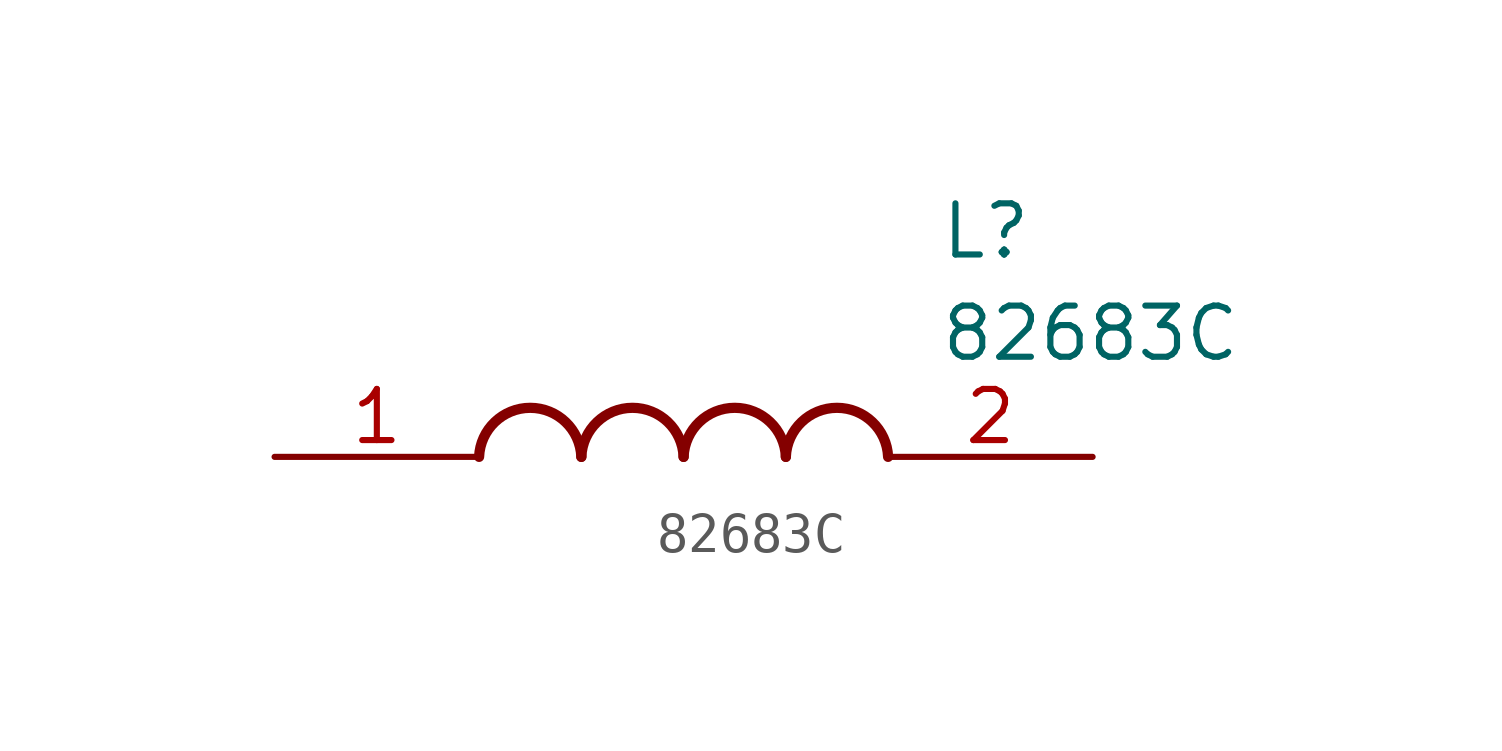
<source format=kicad_sym>
(kicad_symbol_lib
  (version 20211014)
  (generator SamacSys_ECAD_Model)
  (symbol "82683C"
    (pin_names hide)
    (property "Reference" "L"
      (at 16.51 6.35 0)
      (effects (font (size 1.27 1.27)) (justify left top)))
    (property "Value" "82683C"
      (at 16.51 3.81 0)
      (effects (font (size 1.27 1.27)) (justify left top)))
    (arc
      (start 7.62 0)
      (mid 6.35 1.219)
      (end 5.08 0)
      (stroke (width 0.254) (type default))
      (fill (type none)))
    (arc
      (start 10.16 0)
      (mid 8.89 1.219)
      (end 7.62 0)
      (stroke (width 0.254) (type default))
      (fill (type none)))
    (arc
      (start 12.7 0)
      (mid 11.43 1.219)
      (end 10.16 0)
      (stroke (width 0.254) (type default))
      (fill (type none)))
    (arc
      (start 15.24 0)
      (mid 13.97 1.219)
      (end 12.7 0)
      (stroke (width 0.254) (type default))
      (fill (type none)))
    (pin passive line
      (at 0 0 0)
      (length 5.08)
      (name "1" (effects (font (size 1.27 1.27))))
      (number "1" (effects (font (size 1.27 1.27)))))
    (pin passive line
      (at 20.32 0 180)
      (length 5.08)
      (name "2" (effects (font (size 1.27 1.27))))
      (number "2" (effects (font (size 1.27 1.27)))))))
</source>
